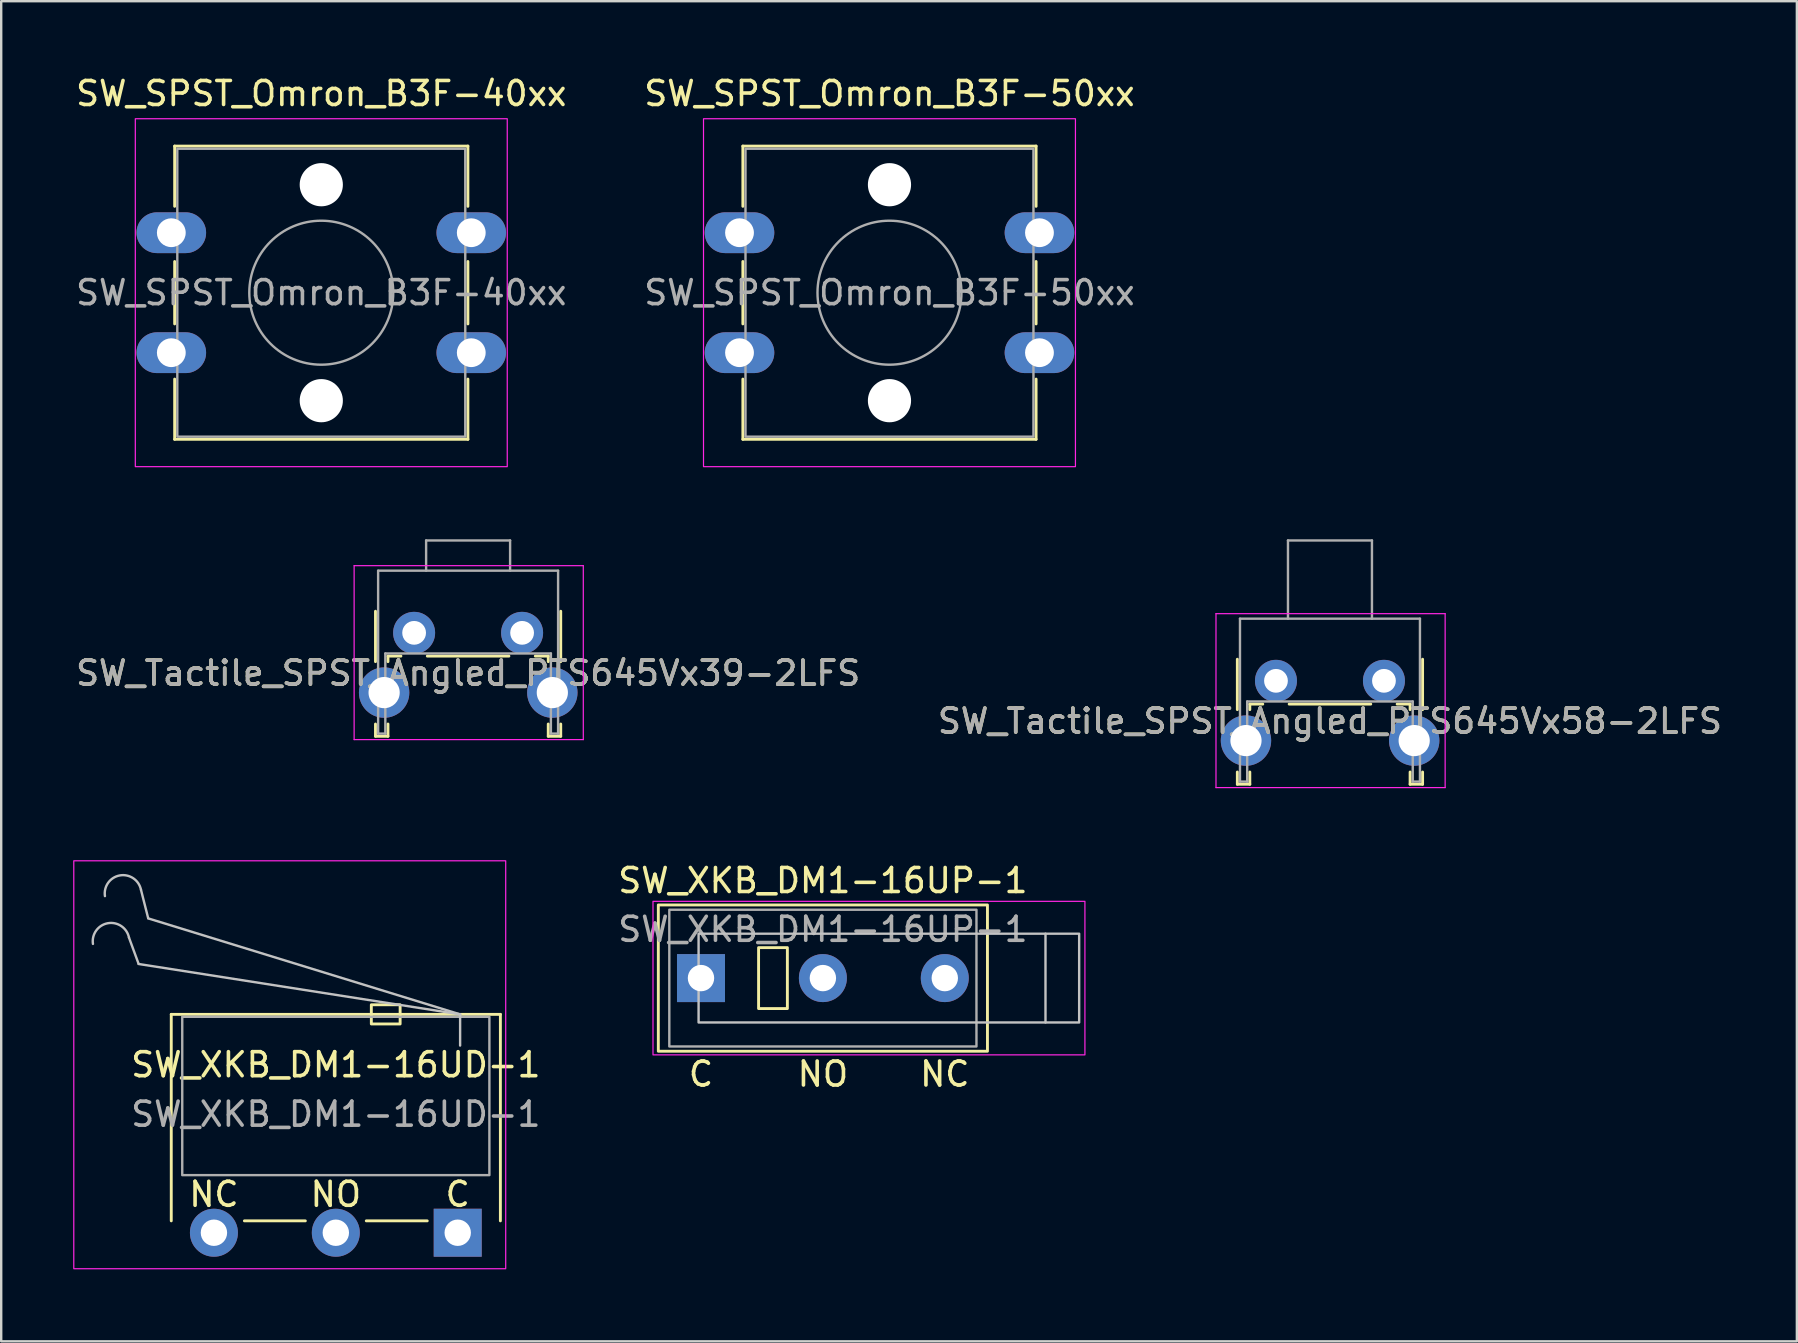
<source format=kicad_pcb>
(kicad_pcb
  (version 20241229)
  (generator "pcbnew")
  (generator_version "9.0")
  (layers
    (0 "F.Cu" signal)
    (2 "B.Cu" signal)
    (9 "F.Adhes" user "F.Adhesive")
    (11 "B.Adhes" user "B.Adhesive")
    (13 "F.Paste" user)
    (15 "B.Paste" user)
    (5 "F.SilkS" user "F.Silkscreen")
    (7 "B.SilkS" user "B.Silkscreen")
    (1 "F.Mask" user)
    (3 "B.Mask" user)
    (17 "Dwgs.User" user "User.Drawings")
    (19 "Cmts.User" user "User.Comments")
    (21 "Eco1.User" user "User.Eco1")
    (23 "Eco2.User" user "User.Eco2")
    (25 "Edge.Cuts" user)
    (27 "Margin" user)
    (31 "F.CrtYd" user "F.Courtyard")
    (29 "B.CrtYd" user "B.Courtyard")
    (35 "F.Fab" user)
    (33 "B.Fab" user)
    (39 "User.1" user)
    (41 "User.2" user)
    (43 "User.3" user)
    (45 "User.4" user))
  (footprint "SW_XKB_DM1-16UP-1"
    (layer "F.Cu")
    (at 26.163 37.711)
    (property "Reference" "SW_XKB_DM1-16UP-1" (at 5.08 -4.064 0) (unlocked yes) (layer "F.SilkS") (effects (font (size 1 1) (thickness 0.15))))
    (property "Datasheet" "" (at 0 0 0) (unlocked yes) (layer "F.Fab") (effects (font (size 1.27 1.27) (thickness 0.15))))
    (property "Description" "" (at 0 0 0) (unlocked yes) (layer "F.Fab") (effects (font (size 1.27 1.27) (thickness 0.15))))
    (attr through_hole)
    (fp_rect (start 2.4 -1.27) (end 3.6 1.27) (stroke (width 0.12) (type solid)) (fill no) (layer "F.SilkS"))
    (fp_rect (start 11.938 -3.048) (end -1.778 3.048) (stroke (width 0.12) (type solid)) (fill no) (layer "F.SilkS"))
    (fp_line (start 14.357 -1.85) (end 14.357 1.85) (stroke (width 0.1) (type default)) (layer "Dwgs.User"))
    (fp_rect (start 15.76 1.85) (end -0.1 -1.85) (stroke (width 0.1) (type solid)) (fill no) (layer "Dwgs.User"))
    (fp_rect (start -2 -3.2) (end 16 3.2) (stroke (width 0.05) (type solid)) (fill no) (layer "F.CrtYd"))
    (fp_rect (start -1.32 -2.85) (end 11.48 2.85) (stroke (width 0.1) (type default)) (fill no) (layer "F.Fab"))
    (fp_text user "C" (at 0 4 0) (unlocked yes) (layer "F.SilkS") (effects (font (size 1 1) (thickness 0.15))))
    (fp_text user "NC" (at 10.16 4 0) (unlocked yes) (layer "F.SilkS") (effects (font (size 1 1) (thickness 0.15))))
    (fp_text user "NO" (at 5.08 4 0) (unlocked yes) (layer "F.SilkS") (effects (font (size 1 1) (thickness 0.15))))
    (fp_text user "${REFERENCE}" (at 5.08 -2.032 0) (unlocked yes) (layer "F.Fab") (effects (font (size 1 1) (thickness 0.15))))
    (pad "1" thru_hole rect (at 0 0) (size 2 2) (drill 1.1) (layers "*.Cu" "*.Mask"))
    (pad "2" thru_hole circle (at 5.08 0) (size 2 2) (drill 1.1) (layers "*.Cu" "*.Mask"))
    (pad "3" thru_hole circle (at 10.16 0) (size 2 2) (drill 1.1) (layers "*.Cu" "*.Mask")))
  (footprint "SW_SPST_Omron_B3F-50xx"
    (layer "F.Cu")
    (at 27.768 6.648)
    (property "Reference" "SW_SPST_Omron_B3F-50xx" (at 6.25 -5.8 0) (layer "F.SilkS") (effects (font (size 1 1) (thickness 0.15))))
    (attr through_hole)
    (fp_line (start 0.14 -3.61) (end 0.14 -1.1) (stroke (width 0.12) (type default)) (layer "F.SilkS"))
    (fp_line (start 0.14 -3.61) (end 12.36 -3.61) (stroke (width 0.12) (type default)) (layer "F.SilkS"))
    (fp_line (start 0.14 1.2) (end 0.14 3.8) (stroke (width 0.12) (type default)) (layer "F.SilkS"))
    (fp_line (start 0.14 6.1) (end 0.14 8.61) (stroke (width 0.12) (type default)) (layer "F.SilkS"))
    (fp_line (start 12.36 -3.61) (end 12.36 -1.1) (stroke (width 0.12) (type default)) (layer "F.SilkS"))
    (fp_line (start 12.36 1.2) (end 12.36 3.8) (stroke (width 0.12) (type default)) (layer "F.SilkS"))
    (fp_line (start 12.36 6.1) (end 12.36 8.61) (stroke (width 0.12) (type default)) (layer "F.SilkS"))
    (fp_line (start 12.36 8.61) (end 0.14 8.61) (stroke (width 0.12) (type default)) (layer "F.SilkS"))
    (fp_rect (start -1.5 -4.75) (end 14 9.75) (stroke (width 0.05) (type default)) (fill no) (layer "F.CrtYd"))
    (fp_rect (start 0.25 -3.5) (end 12.25 8.5) (stroke (width 0.1) (type default)) (fill no) (layer "F.Fab"))
    (fp_circle (center 6.25 2.5) (end 9.25 2.5) (stroke (width 0.1) (type default)) (fill no) (layer "F.Fab"))
    (fp_text user "${REFERENCE}" (at 6.25 2.5 0) (layer "F.Fab") (effects (font (size 1 1) (thickness 0.15))))
    (pad "" np_thru_hole circle (at 6.25 -2) (size 1.8 1.8) (drill 1.8) (layers "*.Cu" "*.Mask"))
    (pad "" np_thru_hole circle (at 6.25 7) (size 1.8 1.8) (drill 1.8) (layers "*.Cu" "*.Mask"))
    (pad "1" thru_hole oval (at 0 0) (size 2.9 1.7) (drill 1.2) (layers "*.Cu" "*.Mask"))
    (pad "1" thru_hole oval (at 12.5 0) (size 2.9 1.7) (drill 1.2) (layers "*.Cu" "*.Mask"))
    (pad "2" thru_hole oval (at 0 5) (size 2.9 1.7) (drill 1.2) (layers "*.Cu" "*.Mask"))
    (pad "2" thru_hole oval (at 12.5 5) (size 2.9 1.7) (drill 1.2) (layers "*.Cu" "*.Mask")))
  (footprint "SW_XKB_DM1-16UD-1"
    (layer "F.Cu")
    (at 16.025 48.323)
    (property "Reference" "SW_XKB_DM1-16UD-1" (at -5.08 -7 0) (unlocked yes) (layer "F.SilkS") (effects (font (size 1 1) (thickness 0.15))))
    (attr through_hole)
    (fp_line (start -11.938 -9.1) (end -11.938 -0.495) (stroke (width 0.12) (type solid)) (layer "F.SilkS"))
    (fp_line (start -8.89 -0.495) (end -6.35 -0.495) (stroke (width 0.12) (type solid)) (layer "F.SilkS"))
    (fp_line (start -1.27 -0.495) (end -3.81 -0.495) (stroke (width 0.12) (type solid)) (layer "F.SilkS"))
    (fp_line (start 1.778 -9.1) (end -11.938 -9.1) (stroke (width 0.12) (type solid)) (layer "F.SilkS"))
    (fp_line (start 1.778 -0.495) (end 1.778 -9.1) (stroke (width 0.12) (type solid)) (layer "F.SilkS"))
    (fp_rect (start -3.6 -9.5) (end -2.4 -8.7) (stroke (width 0.12) (type solid)) (fill no) (layer "F.SilkS"))
    (fp_line (start -13.3 -11.208) (end -13.7 -12.3) (stroke (width 0.1) (type default)) (layer "Dwgs.User"))
    (fp_line (start -13.3 -11.2) (end 0.1 -9.1) (stroke (width 0.1) (type default)) (layer "Dwgs.User"))
    (fp_line (start -12.9 -13.108) (end -13.2 -14.292) (stroke (width 0.1) (type default)) (layer "Dwgs.User"))
    (fp_line (start 0.1 -9.1) (end -12.9 -13.1) (stroke (width 0.1) (type solid)) (layer "Dwgs.User"))
    (fp_line (start 0.1 -7.8) (end 0.1 -9.1) (stroke (width 0.1) (type default)) (layer "Dwgs.User"))
    (fp_arc (start -15.201691 -12.036627) (mid -14.57868 -12.897194) (end -13.7 -12.3) (stroke (width 0.1) (type default)) (layer "Dwgs.User"))
    (fp_arc (start -14.701691 -14.028713) (mid -14.07868 -14.88928) (end -13.2 -14.292086) (stroke (width 0.1) (type default)) (layer "Dwgs.User"))
    (fp_rect (start -16 -15.5) (end 2 1.5) (stroke (width 0.05) (type solid)) (fill no) (layer "F.CrtYd"))
    (fp_rect (start -11.48 -9) (end 1.32 -2.4) (stroke (width 0.1) (type default)) (fill no) (layer "F.Fab"))
    (fp_text user "NC" (at -10.16 -1.6 0) (unlocked yes) (layer "F.SilkS") (effects (font (size 1 1) (thickness 0.15))))
    (fp_text user "C" (at 0 -1.6 0) (unlocked yes) (layer "F.SilkS") (effects (font (size 1 1) (thickness 0.15))))
    (fp_text user "NO" (at -5.08 -1.6 0) (unlocked yes) (layer "F.SilkS") (effects (font (size 1 1) (thickness 0.15))))
    (fp_text user "${REFERENCE}" (at -5.08 -4.94 0) (unlocked yes) (layer "F.Fab") (effects (font (size 1 1) (thickness 0.15))))
    (pad "1" thru_hole rect (at 0 0) (size 2 2) (drill 1.1) (layers "*.Cu" "*.Mask"))
    (pad "2" thru_hole circle (at -5.08 0) (size 2 2) (drill 1.1) (layers "*.Cu" "*.Mask"))
    (pad "3" thru_hole circle (at -10.16 0) (size 2 2) (drill 1.1) (layers "*.Cu" "*.Mask")))
  (footprint "SW_Tactile_SPST_Angled_PTS645Vx39-2LFS"
    (layer "F.Cu")
    (at 14.208 23.323)
    (property "Reference" "SW_Tactile_SPST_Angled_PTS645Vx39-2LFS" (at 2.25 1.68 0) (layer "F.SilkS") (effects (font (size 1 1) (thickness 0.15))))
    (attr through_hole)
    (fp_line (start -1.61 -0.9) (end -1.61 1.2) (stroke (width 0.12) (type solid)) (layer "F.SilkS"))
    (fp_line (start -1.61 3.8) (end -1.61 4.31) (stroke (width 0.12) (type solid)) (layer "F.SilkS"))
    (fp_line (start -1.61 4.31) (end -1.09 4.31) (stroke (width 0.12) (type solid)) (layer "F.SilkS"))
    (fp_line (start -1.09 0.97) (end -1.09 1.2) (stroke (width 0.12) (type solid)) (layer "F.SilkS"))
    (fp_line (start -1.09 0.97) (end -0.55 0.97) (stroke (width 0.12) (type solid)) (layer "F.SilkS"))
    (fp_line (start -1.09 3.8) (end -1.09 4.31) (stroke (width 0.12) (type solid)) (layer "F.SilkS"))
    (fp_line (start 0.55 0.97) (end 3.95 0.97) (stroke (width 0.12) (type solid)) (layer "F.SilkS"))
    (fp_line (start 5.05 0.97) (end 5.59 0.97) (stroke (width 0.12) (type solid)) (layer "F.SilkS"))
    (fp_line (start 5.59 0.97) (end 5.59 1.2) (stroke (width 0.12) (type solid)) (layer "F.SilkS"))
    (fp_line (start 5.59 3.8) (end 5.59 4.31) (stroke (width 0.12) (type solid)) (layer "F.SilkS"))
    (fp_line (start 5.59 4.31) (end 6.11 4.31) (stroke (width 0.12) (type solid)) (layer "F.SilkS"))
    (fp_line (start 6.11 -0.9) (end 6.11 1.2) (stroke (width 0.12) (type solid)) (layer "F.SilkS"))
    (fp_line (start 6.11 3.8) (end 6.11 4.31) (stroke (width 0.12) (type solid)) (layer "F.SilkS"))
    (fp_line (start -2.5 -2.8) (end 7.05 -2.8) (stroke (width 0.05) (type solid)) (layer "F.CrtYd"))
    (fp_line (start -2.5 4.45) (end -2.5 -2.8) (stroke (width 0.05) (type solid)) (layer "F.CrtYd"))
    (fp_line (start 7.05 -2.8) (end 7.05 4.45) (stroke (width 0.05) (type solid)) (layer "F.CrtYd"))
    (fp_line (start 7.05 4.45) (end -2.5 4.45) (stroke (width 0.05) (type solid)) (layer "F.CrtYd"))
    (fp_line (start -1.5 -2.59) (end 6 -2.59) (stroke (width 0.1) (type solid)) (layer "F.Fab"))
    (fp_line (start -1.5 4.2) (end -1.5 -2.59) (stroke (width 0.1) (type solid)) (layer "F.Fab"))
    (fp_line (start -1.5 4.2) (end -1.2 4.2) (stroke (width 0.1) (type solid)) (layer "F.Fab"))
    (fp_line (start -1.2 0.86) (end 5.7 0.86) (stroke (width 0.1) (type solid)) (layer "F.Fab"))
    (fp_line (start -1.2 4.2) (end -1.2 0.86) (stroke (width 0.1) (type solid)) (layer "F.Fab"))
    (fp_line (start 0.5 -3.85) (end 0.5 -2.59) (stroke (width 0.1) (type solid)) (layer "F.Fab"))
    (fp_line (start 0.5 -3.85) (end 4 -3.85) (stroke (width 0.1) (type solid)) (layer "F.Fab"))
    (fp_line (start 4 -3.85) (end 4 -2.59) (stroke (width 0.1) (type solid)) (layer "F.Fab"))
    (fp_line (start 5.7 4.2) (end 5.7 0.86) (stroke (width 0.1) (type solid)) (layer "F.Fab"))
    (fp_line (start 5.7 4.2) (end 6 4.2) (stroke (width 0.1) (type solid)) (layer "F.Fab"))
    (fp_line (start 6 4.2) (end 6 -2.59) (stroke (width 0.1) (type solid)) (layer "F.Fab"))
    (fp_text user "${REFERENCE}" (at 2.25 1.68 0) (layer "F.Fab") (effects (font (size 1 1) (thickness 0.15))))
    (pad "" thru_hole circle (at -1.25 2.49) (size 2.1 2.1) (drill 1.3) (layers "*.Cu" "*.Mask"))
    (pad "" thru_hole circle (at 5.76 2.49) (size 2.1 2.1) (drill 1.3) (layers "*.Cu" "*.Mask"))
    (pad "1" thru_hole circle (at 0 0) (size 1.75 1.75) (drill 0.99) (layers "*.Cu" "*.Mask"))
    (pad "2" thru_hole circle (at 4.5 0) (size 1.75 1.75) (drill 0.99) (layers "*.Cu" "*.Mask")))
  (footprint "SW_SPST_Omron_B3F-40xx"
    (layer "F.Cu")
    (at 4.089 6.648)
    (property "Reference" "SW_SPST_Omron_B3F-40xx" (at 6.25 -5.8 0) (layer "F.SilkS") (effects (font (size 1 1) (thickness 0.15))))
    (attr through_hole)
    (fp_line (start 0.14 -3.61) (end 0.14 -1.1) (stroke (width 0.12) (type default)) (layer "F.SilkS"))
    (fp_line (start 0.14 -3.61) (end 12.36 -3.61) (stroke (width 0.12) (type default)) (layer "F.SilkS"))
    (fp_line (start 0.14 1.2) (end 0.14 3.8) (stroke (width 0.12) (type default)) (layer "F.SilkS"))
    (fp_line (start 0.14 6.1) (end 0.14 8.61) (stroke (width 0.12) (type default)) (layer "F.SilkS"))
    (fp_line (start 12.36 -3.61) (end 12.36 -1.1) (stroke (width 0.12) (type default)) (layer "F.SilkS"))
    (fp_line (start 12.36 1.2) (end 12.36 3.8) (stroke (width 0.12) (type default)) (layer "F.SilkS"))
    (fp_line (start 12.36 6.1) (end 12.36 8.61) (stroke (width 0.12) (type default)) (layer "F.SilkS"))
    (fp_line (start 12.36 8.61) (end 0.14 8.61) (stroke (width 0.12) (type default)) (layer "F.SilkS"))
    (fp_rect (start -1.5 -4.75) (end 14 9.75) (stroke (width 0.05) (type default)) (fill no) (layer "F.CrtYd"))
    (fp_rect (start 0.25 -3.5) (end 12.25 8.5) (stroke (width 0.1) (type default)) (fill no) (layer "F.Fab"))
    (fp_circle (center 6.25 2.5) (end 9.25 2.5) (stroke (width 0.1) (type default)) (fill no) (layer "F.Fab"))
    (fp_text user "${REFERENCE}" (at 6.25 2.5 0) (layer "F.Fab") (effects (font (size 1 1) (thickness 0.15))))
    (pad "" np_thru_hole circle (at 6.25 -2) (size 1.8 1.8) (drill 1.8) (layers "*.Cu" "*.Mask"))
    (pad "" np_thru_hole circle (at 6.25 7) (size 1.8 1.8) (drill 1.8) (layers "*.Cu" "*.Mask"))
    (pad "1" thru_hole oval (at 0 0) (size 2.9 1.7) (drill 1.2) (layers "*.Cu" "*.Mask"))
    (pad "1" thru_hole oval (at 12.5 0) (size 2.9 1.7) (drill 1.2) (layers "*.Cu" "*.Mask"))
    (pad "2" thru_hole oval (at 0 5) (size 2.9 1.7) (drill 1.2) (layers "*.Cu" "*.Mask"))
    (pad "2" thru_hole oval (at 12.5 5) (size 2.9 1.7) (drill 1.2) (layers "*.Cu" "*.Mask")))
  (footprint "SW_Tactile_SPST_Angled_PTS645Vx58-2LFS"
    (layer "F.Cu")
    (at 50.125 25.323)
    (property "Reference" "SW_Tactile_SPST_Angled_PTS645Vx58-2LFS" (at 2.25 1.68 0) (layer "F.SilkS") (effects (font (size 1 1) (thickness 0.15))))
    (attr through_hole)
    (fp_line (start -1.61 -0.9) (end -1.61 1.2) (stroke (width 0.12) (type solid)) (layer "F.SilkS"))
    (fp_line (start -1.61 3.8) (end -1.61 4.31) (stroke (width 0.12) (type solid)) (layer "F.SilkS"))
    (fp_line (start -1.61 4.31) (end -1.09 4.31) (stroke (width 0.12) (type solid)) (layer "F.SilkS"))
    (fp_line (start -1.09 0.97) (end -1.09 1.2) (stroke (width 0.12) (type solid)) (layer "F.SilkS"))
    (fp_line (start -1.09 0.97) (end -0.55 0.97) (stroke (width 0.12) (type solid)) (layer "F.SilkS"))
    (fp_line (start -1.09 3.8) (end -1.09 4.31) (stroke (width 0.12) (type solid)) (layer "F.SilkS"))
    (fp_line (start 0.55 0.97) (end 3.95 0.97) (stroke (width 0.12) (type solid)) (layer "F.SilkS"))
    (fp_line (start 5.05 0.97) (end 5.59 0.97) (stroke (width 0.12) (type solid)) (layer "F.SilkS"))
    (fp_line (start 5.59 0.97) (end 5.59 1.2) (stroke (width 0.12) (type solid)) (layer "F.SilkS"))
    (fp_line (start 5.59 3.8) (end 5.59 4.31) (stroke (width 0.12) (type solid)) (layer "F.SilkS"))
    (fp_line (start 5.59 4.31) (end 6.11 4.31) (stroke (width 0.12) (type solid)) (layer "F.SilkS"))
    (fp_line (start 6.11 -0.9) (end 6.11 1.2) (stroke (width 0.12) (type solid)) (layer "F.SilkS"))
    (fp_line (start 6.11 3.8) (end 6.11 4.31) (stroke (width 0.12) (type solid)) (layer "F.SilkS"))
    (fp_line (start -2.5 -2.8) (end 7.05 -2.8) (stroke (width 0.05) (type solid)) (layer "F.CrtYd"))
    (fp_line (start -2.5 4.45) (end -2.5 -2.8) (stroke (width 0.05) (type solid)) (layer "F.CrtYd"))
    (fp_line (start 7.05 -2.8) (end 7.05 4.45) (stroke (width 0.05) (type solid)) (layer "F.CrtYd"))
    (fp_line (start 7.05 4.45) (end -2.5 4.45) (stroke (width 0.05) (type solid)) (layer "F.CrtYd"))
    (fp_line (start -1.5 -2.59) (end 6 -2.59) (stroke (width 0.1) (type solid)) (layer "F.Fab"))
    (fp_line (start -1.5 4.2) (end -1.5 -2.59) (stroke (width 0.1) (type solid)) (layer "F.Fab"))
    (fp_line (start -1.5 4.2) (end -1.2 4.2) (stroke (width 0.1) (type solid)) (layer "F.Fab"))
    (fp_line (start -1.2 0.86) (end 5.7 0.86) (stroke (width 0.1) (type solid)) (layer "F.Fab"))
    (fp_line (start -1.2 4.2) (end -1.2 0.86) (stroke (width 0.1) (type solid)) (layer "F.Fab"))
    (fp_line (start 0.5 -5.85) (end 0.5 -2.59) (stroke (width 0.1) (type solid)) (layer "F.Fab"))
    (fp_line (start 0.5 -5.85) (end 4 -5.85) (stroke (width 0.1) (type solid)) (layer "F.Fab"))
    (fp_line (start 4 -5.85) (end 4 -2.59) (stroke (width 0.1) (type solid)) (layer "F.Fab"))
    (fp_line (start 5.7 4.2) (end 5.7 0.86) (stroke (width 0.1) (type solid)) (layer "F.Fab"))
    (fp_line (start 5.7 4.2) (end 6 4.2) (stroke (width 0.1) (type solid)) (layer "F.Fab"))
    (fp_line (start 6 4.2) (end 6 -2.59) (stroke (width 0.1) (type solid)) (layer "F.Fab"))
    (fp_text user "${REFERENCE}" (at 2.25 1.68 0) (layer "F.Fab") (effects (font (size 1 1) (thickness 0.15))))
    (pad "" thru_hole circle (at -1.25 2.49) (size 2.1 2.1) (drill 1.3) (layers "*.Cu" "*.Mask"))
    (pad "" thru_hole circle (at 5.76 2.49) (size 2.1 2.1) (drill 1.3) (layers "*.Cu" "*.Mask"))
    (pad "1" thru_hole circle (at 0 0) (size 1.75 1.75) (drill 0.99) (layers "*.Cu" "*.Mask"))
    (pad "2" thru_hole circle (at 4.5 0) (size 1.75 1.75) (drill 0.99) (layers "*.Cu" "*.Mask")))
  (gr_rect
    (start -3 -3)
    (end 71.833 52.848)
    (stroke (width 0.1) (type default))
    (fill no)
    (layer "Edge.Cuts")))
</source>
